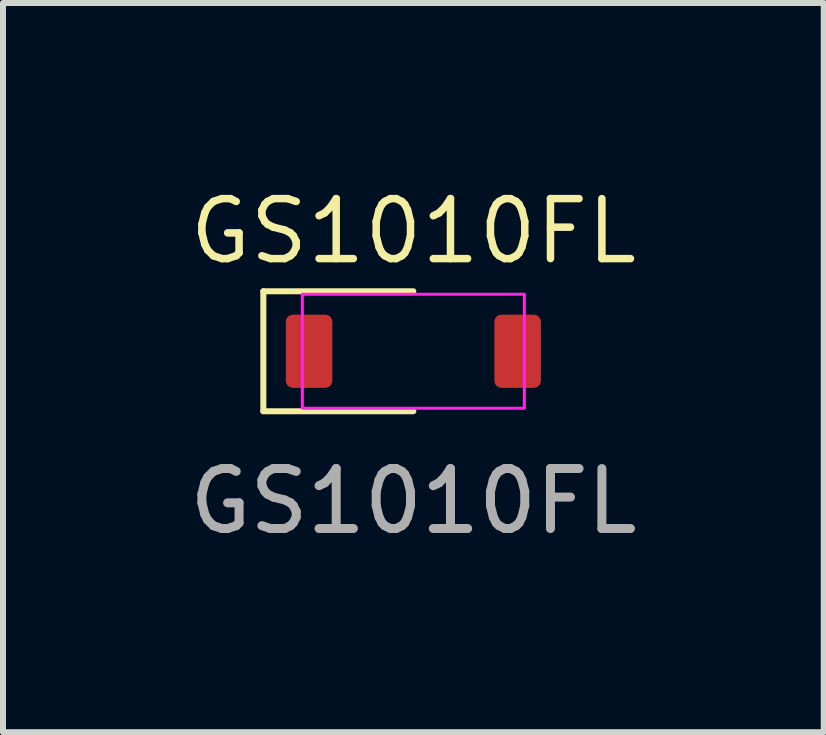
<source format=kicad_pcb>
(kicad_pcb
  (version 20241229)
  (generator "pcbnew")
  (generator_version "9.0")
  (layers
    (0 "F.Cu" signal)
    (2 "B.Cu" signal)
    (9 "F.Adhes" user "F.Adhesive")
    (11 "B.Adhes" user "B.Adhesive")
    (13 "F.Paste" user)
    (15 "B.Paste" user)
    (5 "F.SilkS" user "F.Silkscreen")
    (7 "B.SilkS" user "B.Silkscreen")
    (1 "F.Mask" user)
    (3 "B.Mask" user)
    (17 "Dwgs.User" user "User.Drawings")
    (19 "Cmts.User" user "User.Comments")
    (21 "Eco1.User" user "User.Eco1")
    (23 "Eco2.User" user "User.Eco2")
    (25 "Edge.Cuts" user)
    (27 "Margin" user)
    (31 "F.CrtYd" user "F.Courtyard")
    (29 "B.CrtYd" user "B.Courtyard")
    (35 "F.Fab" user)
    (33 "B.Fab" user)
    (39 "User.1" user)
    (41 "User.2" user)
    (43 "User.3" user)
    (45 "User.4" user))
  (footprint "GS1010FL"
    (layer "F.Cu")
    (at 3.839 2.804)
    (property "Reference" "GS1010FL" (at 0 -2 0) (unlocked yes) (layer "F.SilkS") (effects (font (size 1 1) (thickness 0.125))))
    (attr smd)
    (fp_line (start -2.5 -1) (end -2.5 1) (stroke (width 0.1) (type solid)) (layer "F.SilkS"))
    (fp_line (start -2.5 1) (end 0 1) (stroke (width 0.1) (type default)) (layer "F.SilkS"))
    (fp_line (start 0 -1) (end -2.5 -1) (stroke (width 0.1) (type default)) (layer "F.SilkS"))
    (fp_rect (start -1.85 -0.95) (end 1.85 0.95) (stroke (width 0.05) (type solid)) (fill no) (layer "F.CrtYd"))
    (fp_text user "${REFERENCE}" (at 0 2.5 0) (unlocked yes) (layer "F.Fab") (effects (font (size 1 1) (thickness 0.15))))
    (pad "1" smd roundrect (at -1.738 0) (size 0.775 1.22) (layers "F.Cu" "F.Mask" "F.Paste") (roundrect_rratio 0.15))
    (pad "2" smd roundrect (at 1.738 0) (size 0.775 1.22) (layers "F.Cu" "F.Mask" "F.Paste") (roundrect_rratio 0.15)))
  (gr_rect
    (start -3 -3)
    (end 10.679 9.153)
    (stroke (width 0.1) (type default))
    (fill no)
    (layer "Edge.Cuts")))
</source>
